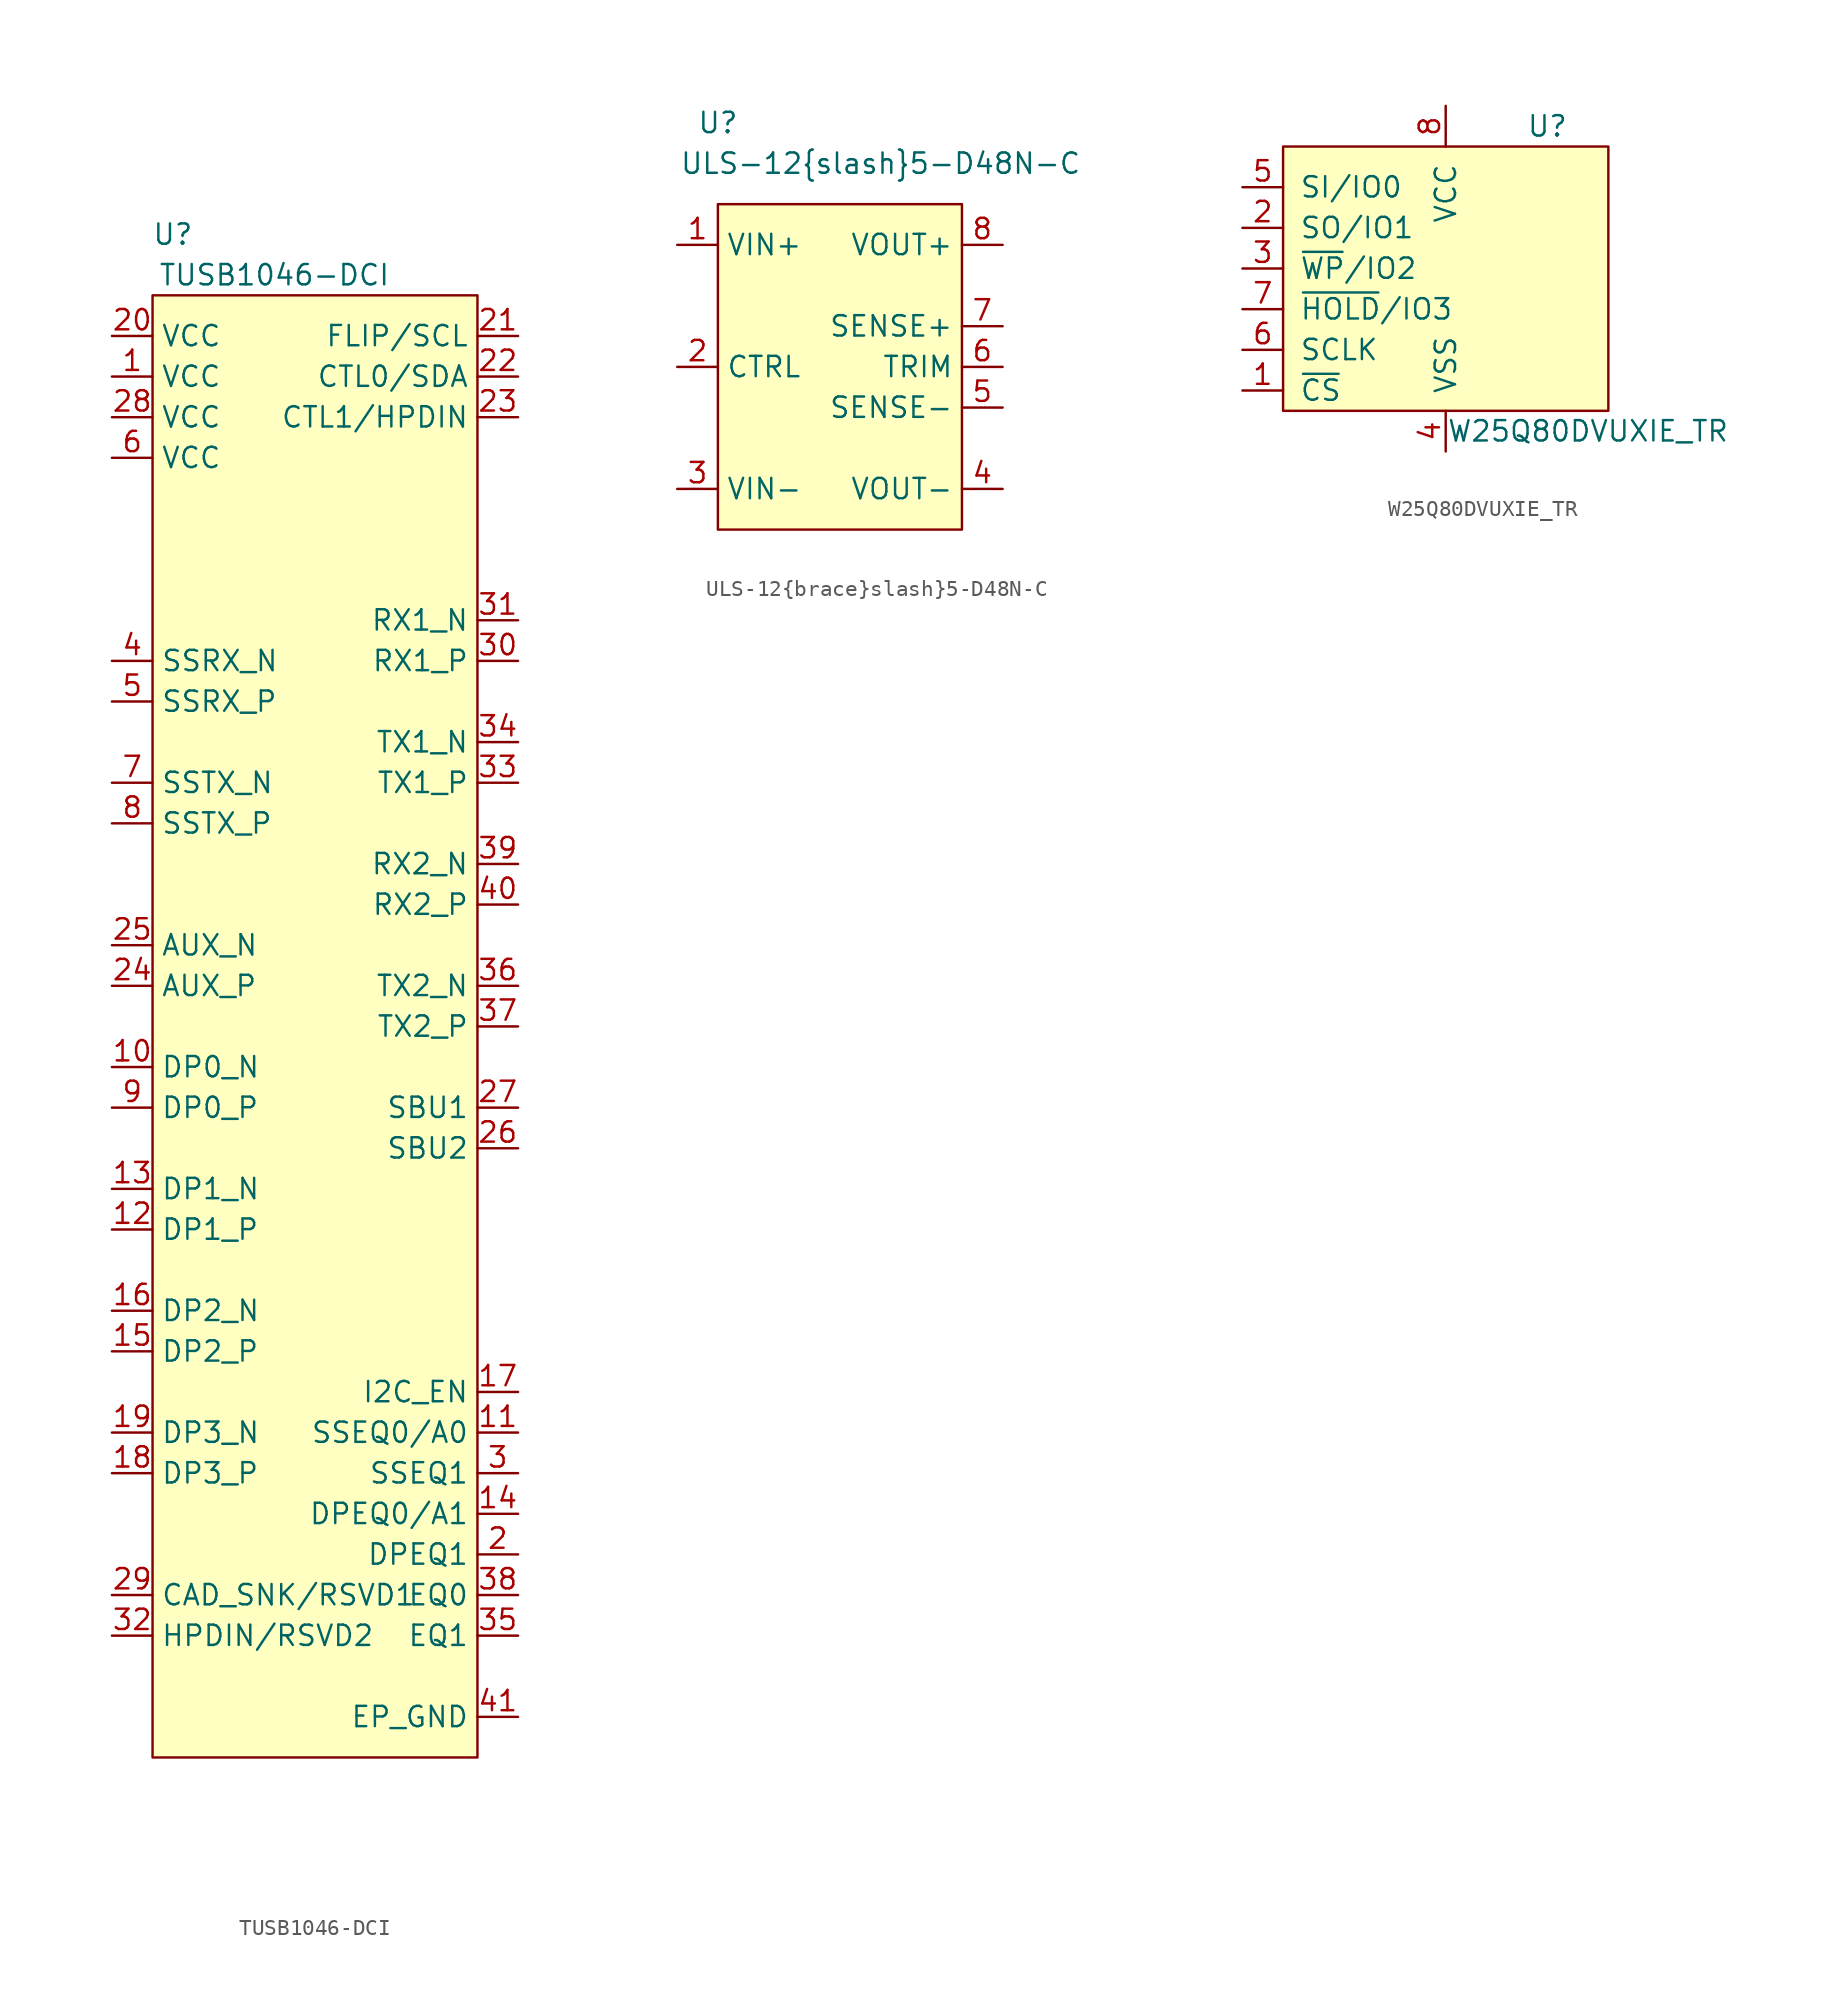
<source format=kicad_sym>
(kicad_symbol_lib
  (version 20220914)
  (generator kicad_symbol_editor)
  (symbol "TUSB1046-DCI"
    (property "Reference" "U"
      (at -8.89 44.45 0)
      (effects (font (size 1.27 1.27))))
    (property "Value" "TUSB1046-DCI"
      (at -2.54 41.91 0)
      (effects (font (size 1.27 1.27))))
    (symbol "TUSB1046-DCI_0_0"
      (pin passive line (at -12.7 35.56 0) (length 2.54) (name "VCC" (effects (font (size 1.27 1.27)))) (number "1" (effects (font (size 1.27 1.27)))))
      (pin input line (at -12.7 -7.62 0) (length 2.54) (name "DP0_N" (effects (font (size 1.27 1.27)))) (number "10" (effects (font (size 1.27 1.27)))))
      (pin input line (at 12.7 -30.48 180) (length 2.54) (name "SSEQ0/A0" (effects (font (size 1.27 1.27)))) (number "11" (effects (font (size 1.27 1.27)))))
      (pin input line (at -12.7 -17.78 0) (length 2.54) (name "DP1_P" (effects (font (size 1.27 1.27)))) (number "12" (effects (font (size 1.27 1.27)))))
      (pin input line (at -12.7 -15.24 0) (length 2.54) (name "DP1_N" (effects (font (size 1.27 1.27)))) (number "13" (effects (font (size 1.27 1.27)))))
      (pin input line (at 12.7 -35.56 180) (length 2.54) (name "DPEQ0/A1" (effects (font (size 1.27 1.27)))) (number "14" (effects (font (size 1.27 1.27)))))
      (pin input line (at -12.7 -25.4 0) (length 2.54) (name "DP2_P" (effects (font (size 1.27 1.27)))) (number "15" (effects (font (size 1.27 1.27)))))
      (pin input line (at -12.7 -22.86 0) (length 2.54) (name "DP2_N" (effects (font (size 1.27 1.27)))) (number "16" (effects (font (size 1.27 1.27)))))
      (pin input line (at 12.7 -27.94 180) (length 2.54) (name "I2C_EN" (effects (font (size 1.27 1.27)))) (number "17" (effects (font (size 1.27 1.27)))))
      (pin input line (at -12.7 -33.02 0) (length 2.54) (name "DP3_P" (effects (font (size 1.27 1.27)))) (number "18" (effects (font (size 1.27 1.27)))))
      (pin input line (at -12.7 -30.48 0) (length 2.54) (name "DP3_N" (effects (font (size 1.27 1.27)))) (number "19" (effects (font (size 1.27 1.27)))))
      (pin input line (at 12.7 -38.1 180) (length 2.54) (name "DPEQ1" (effects (font (size 1.27 1.27)))) (number "2" (effects (font (size 1.27 1.27)))))
      (pin passive line (at -12.7 38.1 0) (length 2.54) (name "VCC" (effects (font (size 1.27 1.27)))) (number "20" (effects (font (size 1.27 1.27)))))
      (pin input line (at 12.7 38.1 180) (length 2.54) (name "FLIP/SCL" (effects (font (size 1.27 1.27)))) (number "21" (effects (font (size 1.27 1.27)))))
      (pin input line (at 12.7 35.56 180) (length 2.54) (name "CTL0/SDA" (effects (font (size 1.27 1.27)))) (number "22" (effects (font (size 1.27 1.27)))))
      (pin input line (at 12.7 33.02 180) (length 2.54) (name "CTL1/HPDIN" (effects (font (size 1.27 1.27)))) (number "23" (effects (font (size 1.27 1.27)))))
      (pin bidirectional line (at -12.7 -2.54 0) (length 2.54) (name "AUX_P" (effects (font (size 1.27 1.27)))) (number "24" (effects (font (size 1.27 1.27)))))
      (pin bidirectional line (at -12.7 0 0) (length 2.54) (name "AUX_N" (effects (font (size 1.27 1.27)))) (number "25" (effects (font (size 1.27 1.27)))))
      (pin bidirectional line (at 12.7 -12.7 180) (length 2.54) (name "SBU2" (effects (font (size 1.27 1.27)))) (number "26" (effects (font (size 1.27 1.27)))))
      (pin bidirectional line (at 12.7 -10.16 180) (length 2.54) (name "SBU1" (effects (font (size 1.27 1.27)))) (number "27" (effects (font (size 1.27 1.27)))))
      (pin passive line (at -12.7 33.02 0) (length 2.54) (name "VCC" (effects (font (size 1.27 1.27)))) (number "28" (effects (font (size 1.27 1.27)))))
      (pin bidirectional line (at -12.7 -40.64 0) (length 2.54) (name "CAD_SNK/RSVD1" (effects (font (size 1.27 1.27)))) (number "29" (effects (font (size 1.27 1.27)))) (alternate "CAD_SNK" bidirectional line) (alternate "RSVD1" no_connect line))
      (pin input line (at 12.7 -33.02 180) (length 2.54) (name "SSEQ1" (effects (font (size 1.27 1.27)))) (number "3" (effects (font (size 1.27 1.27)))))
      (pin bidirectional line (at 12.7 17.78 180) (length 2.54) (name "RX1_P" (effects (font (size 1.27 1.27)))) (number "30" (effects (font (size 1.27 1.27)))))
      (pin bidirectional line (at 12.7 20.32 180) (length 2.54) (name "RX1_N" (effects (font (size 1.27 1.27)))) (number "31" (effects (font (size 1.27 1.27)))))
      (pin bidirectional line (at -12.7 -43.18 0) (length 2.54) (name "HPDIN/RSVD2" (effects (font (size 1.27 1.27)))) (number "32" (effects (font (size 1.27 1.27)))) (alternate "HPDIN" bidirectional line) (alternate "RSVD2" no_connect line))
      (pin output line (at 12.7 10.16 180) (length 2.54) (name "TX1_P" (effects (font (size 1.27 1.27)))) (number "33" (effects (font (size 1.27 1.27)))))
      (pin output line (at 12.7 12.7 180) (length 2.54) (name "TX1_N" (effects (font (size 1.27 1.27)))) (number "34" (effects (font (size 1.27 1.27)))))
      (pin input line (at 12.7 -43.18 180) (length 2.54) (name "EQ1" (effects (font (size 1.27 1.27)))) (number "35" (effects (font (size 1.27 1.27)))))
      (pin output line (at 12.7 -2.54 180) (length 2.54) (name "TX2_N" (effects (font (size 1.27 1.27)))) (number "36" (effects (font (size 1.27 1.27)))))
      (pin output line (at 12.7 -5.08 180) (length 2.54) (name "TX2_P" (effects (font (size 1.27 1.27)))) (number "37" (effects (font (size 1.27 1.27)))))
      (pin input line (at 12.7 -40.64 180) (length 2.54) (name "EQ0" (effects (font (size 1.27 1.27)))) (number "38" (effects (font (size 1.27 1.27)))))
      (pin bidirectional line (at 12.7 5.08 180) (length 2.54) (name "RX2_N" (effects (font (size 1.27 1.27)))) (number "39" (effects (font (size 1.27 1.27)))))
      (pin bidirectional line (at -12.7 17.78 0) (length 2.54) (name "SSRX_N" (effects (font (size 1.27 1.27)))) (number "4" (effects (font (size 1.27 1.27)))))
      (pin bidirectional line (at 12.7 2.54 180) (length 2.54) (name "RX2_P" (effects (font (size 1.27 1.27)))) (number "40" (effects (font (size 1.27 1.27)))))
      (pin power_in line (at 12.7 -48.26 180) (length 2.54) (name "EP_GND" (effects (font (size 1.27 1.27)))) (number "41" (effects (font (size 1.27 1.27)))))
      (pin bidirectional line (at -12.7 15.24 0) (length 2.54) (name "SSRX_P" (effects (font (size 1.27 1.27)))) (number "5" (effects (font (size 1.27 1.27)))))
      (pin passive line (at -12.7 30.48 0) (length 2.54) (name "VCC" (effects (font (size 1.27 1.27)))) (number "6" (effects (font (size 1.27 1.27)))))
      (pin input line (at -12.7 10.16 0) (length 2.54) (name "SSTX_N" (effects (font (size 1.27 1.27)))) (number "7" (effects (font (size 1.27 1.27)))))
      (pin input line (at -12.7 7.62 0) (length 2.54) (name "SSTX_P" (effects (font (size 1.27 1.27)))) (number "8" (effects (font (size 1.27 1.27)))))
      (pin input line (at -12.7 -10.16 0) (length 2.54) (name "DP0_P" (effects (font (size 1.27 1.27)))) (number "9" (effects (font (size 1.27 1.27))))))
    (symbol "TUSB1046-DCI_0_1"
      (rectangle (start -10.16 40.64) (end 10.16 -50.8) (stroke (width 0.152) (type default)) (fill (type background)))))
  (symbol "ULS-12{brace}slash}5-D48N-C"
    (property "Reference" "U"
      (at -7.62 15.24 0)
      (effects (font (size 1.27 1.27))))
    (property "Value" "ULS-12{brace}slash}5-D48N-C"
      (at 2.54 12.7 0)
      (effects (font (size 1.27 1.27))))
    (symbol "ULS-12{brace}slash}5-D48N-C_0_0"
      (pin unspecified line (at -10.16 7.62 0) (length 2.54) (name "VIN+" (effects (font (size 1.27 1.27)))) (number "1" (effects (font (size 1.27 1.27)))))
      (pin unspecified line (at -10.16 0 0) (length 2.54) (name "CTRL" (effects (font (size 1.27 1.27)))) (number "2" (effects (font (size 1.27 1.27)))))
      (pin unspecified line (at -10.16 -7.62 0) (length 2.54) (name "VIN-" (effects (font (size 1.27 1.27)))) (number "3" (effects (font (size 1.27 1.27)))))
      (pin unspecified line (at 10.16 -7.62 180) (length 2.54) (name "VOUT-" (effects (font (size 1.27 1.27)))) (number "4" (effects (font (size 1.27 1.27)))))
      (pin unspecified line (at 10.16 -2.54 180) (length 2.54) (name "SENSE-" (effects (font (size 1.27 1.27)))) (number "5" (effects (font (size 1.27 1.27)))))
      (pin unspecified line (at 10.16 0 180) (length 2.54) (name "TRIM" (effects (font (size 1.27 1.27)))) (number "6" (effects (font (size 1.27 1.27)))))
      (pin unspecified line (at 10.16 2.54 180) (length 2.54) (name "SENSE+" (effects (font (size 1.27 1.27)))) (number "7" (effects (font (size 1.27 1.27)))))
      (pin unspecified line (at 10.16 7.62 180) (length 2.54) (name "VOUT+" (effects (font (size 1.27 1.27)))) (number "8" (effects (font (size 1.27 1.27))))))
    (symbol "ULS-12{brace}slash}5-D48N-C_0_1"
      (rectangle (start -7.62 10.16) (end 7.62 -10.16) (stroke (width 0.152) (type default)) (fill (type background)))))
  (symbol "W25Q80DVUXIE_TR"
    (pin_names
      (offset 1.016))
    (property "Reference" "U"
      (at 6.35 7.62 0)
      (effects (font (size 1.27 1.27))))
    (property "Value" "W25Q80DVUXIE_TR"
      (at 8.89 -11.43 0)
      (effects (font (size 1.27 1.27))))
    (symbol "W25Q80DVUXIE_TR_0_1"
      (rectangle (start -10.16 6.35) (end 10.16 -10.16) (stroke (width 0) (type default)) (fill (type background))))
    (symbol "W25Q80DVUXIE_TR_1_1"
      (pin input line (at -12.7 -8.89 0) (length 2.54) (name "~{CS}" (effects (font (size 1.27 1.27)))) (number "1" (effects (font (size 1.27 1.27)))))
      (pin input line (at -12.7 1.27 0) (length 2.54) (name "SO/IO1" (effects (font (size 1.27 1.27)))) (number "2" (effects (font (size 1.27 1.27)))))
      (pin input line (at -12.7 -1.27 0) (length 2.54) (name "~{WP}/IO2" (effects (font (size 1.27 1.27)))) (number "3" (effects (font (size 1.27 1.27)))))
      (pin power_in line (at 0 -12.7 90) (length 2.54) (name "VSS" (effects (font (size 1.27 1.27)))) (number "4" (effects (font (size 1.27 1.27)))))
      (pin input line (at -12.7 3.81 0) (length 2.54) (name "SI/IO0" (effects (font (size 1.27 1.27)))) (number "5" (effects (font (size 1.27 1.27)))))
      (pin input line (at -12.7 -6.35 0) (length 2.54) (name "SCLK" (effects (font (size 1.27 1.27)))) (number "6" (effects (font (size 1.27 1.27)))))
      (pin input line (at -12.7 -3.81 0) (length 2.54) (name "~{HOLD}/IO3" (effects (font (size 1.27 1.27)))) (number "7" (effects (font (size 1.27 1.27)))))
      (pin power_in line (at 0 8.89 270) (length 2.54) (name "VCC" (effects (font (size 1.27 1.27)))) (number "8" (effects (font (size 1.27 1.27))))))))
</source>
